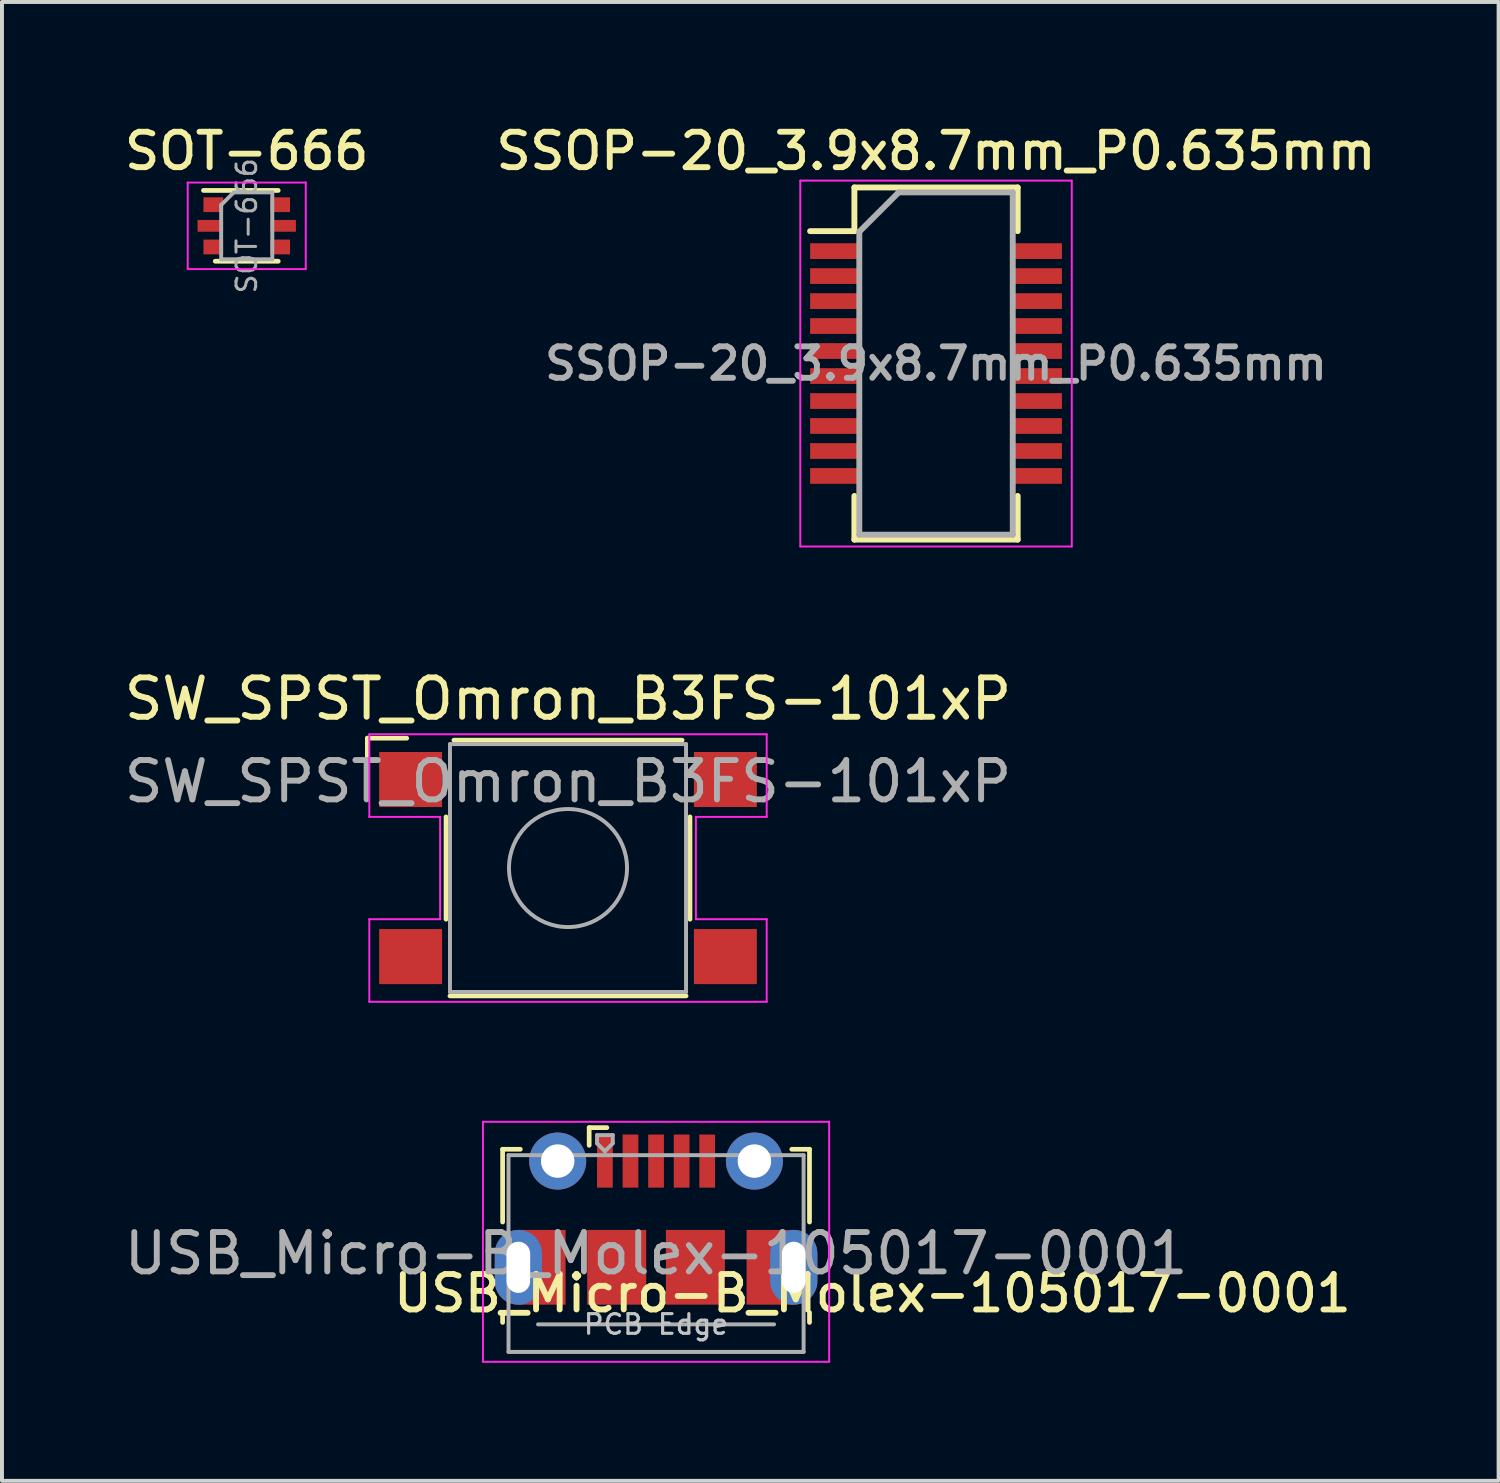
<source format=kicad_pcb>
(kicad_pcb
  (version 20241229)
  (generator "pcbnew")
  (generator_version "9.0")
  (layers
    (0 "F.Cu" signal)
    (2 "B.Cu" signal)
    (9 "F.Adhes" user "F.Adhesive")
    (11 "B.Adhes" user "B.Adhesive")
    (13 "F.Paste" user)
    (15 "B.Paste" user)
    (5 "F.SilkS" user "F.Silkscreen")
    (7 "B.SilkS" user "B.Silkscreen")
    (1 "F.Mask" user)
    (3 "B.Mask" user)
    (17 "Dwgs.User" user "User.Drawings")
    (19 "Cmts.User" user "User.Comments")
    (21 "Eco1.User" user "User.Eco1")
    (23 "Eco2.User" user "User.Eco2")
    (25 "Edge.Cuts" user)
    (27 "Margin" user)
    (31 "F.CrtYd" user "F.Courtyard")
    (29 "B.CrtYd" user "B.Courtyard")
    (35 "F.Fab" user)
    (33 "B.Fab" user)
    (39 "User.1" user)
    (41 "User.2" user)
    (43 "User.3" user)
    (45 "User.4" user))
  (footprint "USB_Micro-B_Molex-105017-0001"
    (layer "F.Cu")
    (at 13.625 27.923)
    (property "Reference" "USB_Micro-B_Molex-105017-0001" (at 5.5 1.9 0) (layer "F.SilkS") (effects (font (size 0.9 0.9) (thickness 0.15))))
    (attr smd)
    (fp_line (start -3.9 -1.762) (end -3.45 -1.762) (stroke (width 0.12) (type solid)) (layer "F.SilkS"))
    (fp_line (start -3.9 0.087) (end -3.9 -1.762) (stroke (width 0.12) (type solid)) (layer "F.SilkS"))
    (fp_line (start -3.9 2.638) (end -3.9 2.388) (stroke (width 0.12) (type solid)) (layer "F.SilkS"))
    (fp_line (start -1.7 -2.312) (end -1.7 -1.863) (stroke (width 0.12) (type solid)) (layer "F.SilkS"))
    (fp_line (start -1.7 -2.312) (end -1.25 -2.312) (stroke (width 0.12) (type solid)) (layer "F.SilkS"))
    (fp_line (start 3.9 -1.762) (end 3.45 -1.762) (stroke (width 0.12) (type solid)) (layer "F.SilkS"))
    (fp_line (start 3.9 0.087) (end 3.9 -1.762) (stroke (width 0.12) (type solid)) (layer "F.SilkS"))
    (fp_line (start 3.9 2.638) (end 3.9 2.388) (stroke (width 0.12) (type solid)) (layer "F.SilkS"))
    (fp_line (start -4.4 -2.46) (end 4.4 -2.46) (stroke (width 0.05) (type solid)) (layer "F.CrtYd"))
    (fp_line (start -4.4 3.64) (end -4.4 -2.46) (stroke (width 0.05) (type solid)) (layer "F.CrtYd"))
    (fp_line (start -4.4 3.64) (end 4.4 3.64) (stroke (width 0.05) (type solid)) (layer "F.CrtYd"))
    (fp_line (start 4.4 -2.46) (end 4.4 3.64) (stroke (width 0.05) (type solid)) (layer "F.CrtYd"))
    (fp_line (start -3.75 -1.613) (end 3.75 -1.613) (stroke (width 0.1) (type solid)) (layer "F.Fab"))
    (fp_line (start -3.75 3.388) (end -3.75 -1.613) (stroke (width 0.1) (type solid)) (layer "F.Fab"))
    (fp_line (start -3.75 3.389) (end 3.75 3.389) (stroke (width 0.1) (type solid)) (layer "F.Fab"))
    (fp_line (start -3 2.689) (end 3 2.689) (stroke (width 0.1) (type solid)) (layer "F.Fab"))
    (fp_line (start -1.5 -2.123) (end -1.5 -1.913) (stroke (width 0.1) (type solid)) (layer "F.Fab"))
    (fp_line (start -1.5 -2.123) (end -1.1 -2.123) (stroke (width 0.1) (type solid)) (layer "F.Fab"))
    (fp_line (start -1.3 -1.712) (end -1.5 -1.913) (stroke (width 0.1) (type solid)) (layer "F.Fab"))
    (fp_line (start -1.1 -2.123) (end -1.1 -1.913) (stroke (width 0.1) (type solid)) (layer "F.Fab"))
    (fp_line (start -1.1 -1.913) (end -1.3 -1.712) (stroke (width 0.1) (type solid)) (layer "F.Fab"))
    (fp_line (start 3.75 3.388) (end 3.75 -1.613) (stroke (width 0.1) (type solid)) (layer "F.Fab"))
    (fp_text user "PCB Edge" (at 0 2.688 0) (layer "Dwgs.User") (effects (font (size 0.5 0.5) (thickness 0.08))))
    (fp_text user "${REFERENCE}" (at 0 0.887 0) (layer "F.Fab") (effects (font (size 1 1) (thickness 0.15))))
    (pad "1" smd rect (at -1.3 -1.462) (size 0.4 1.35) (layers "F.Cu" "F.Mask" "F.Paste"))
    (pad "2" smd rect (at -0.65 -1.462) (size 0.4 1.35) (layers "F.Cu" "F.Mask" "F.Paste"))
    (pad "3" smd rect (at 0 -1.462) (size 0.4 1.35) (layers "F.Cu" "F.Mask" "F.Paste"))
    (pad "4" smd rect (at 0.65 -1.462) (size 0.4 1.35) (layers "F.Cu" "F.Mask" "F.Paste"))
    (pad "5" smd rect (at 1.3 -1.462) (size 0.4 1.35) (layers "F.Cu" "F.Mask" "F.Paste"))
    (pad "6" thru_hole oval (at -3.5 1.238 180) (size 1.2 1.9) (drill oval 0.6 1.3) (layers "*.Cu" "*.Mask"))
    (pad "6" smd rect (at -2.9 1.238) (size 1.2 1.9) (layers "F.Cu" "F.Mask"))
    (pad "6" thru_hole circle (at -2.5 -1.462) (size 1.45 1.45) (drill 0.85) (layers "*.Cu" "*.Mask"))
    (pad "6" smd rect (at -1 1.238) (size 1.5 1.9) (layers "F.Cu" "F.Mask" "F.Paste"))
    (pad "6" smd rect (at 1 1.238) (size 1.5 1.9) (layers "F.Cu" "F.Mask" "F.Paste"))
    (pad "6" thru_hole circle (at 2.5 -1.462) (size 1.45 1.45) (drill 0.85) (layers "*.Cu" "*.Mask"))
    (pad "6" smd rect (at 2.9 1.238) (size 1.2 1.9) (layers "F.Cu" "F.Mask"))
    (pad "6" thru_hole oval (at 3.5 1.238) (size 1.2 1.9) (drill oval 0.6 1.3) (layers "*.Cu" "*.Mask")))
  (footprint "SSOP-20_3.9x8.7mm_P0.635mm"
    (layer "F.Cu")
    (at 20.741 6.19)
    (property "Reference" "SSOP-20_3.9x8.7mm_P0.635mm" (at 0 -5.4 180) (layer "F.SilkS") (effects (font (size 0.9 0.9) (thickness 0.15))))
    (attr smd)
    (fp_line (start -2.075 -4.475) (end 2.075 -4.475) (stroke (width 0.15) (type solid)) (layer "F.SilkS"))
    (fp_line (start -2.075 -3.365) (end -3.2 -3.365) (stroke (width 0.15) (type solid)) (layer "F.SilkS"))
    (fp_line (start -2.075 -3.365) (end -2.075 -4.475) (stroke (width 0.15) (type solid)) (layer "F.SilkS"))
    (fp_line (start -2.075 4.475) (end -2.075 3.365) (stroke (width 0.15) (type solid)) (layer "F.SilkS"))
    (fp_line (start -2.075 4.475) (end 2.075 4.475) (stroke (width 0.15) (type solid)) (layer "F.SilkS"))
    (fp_line (start 2.075 -4.475) (end 2.075 -3.365) (stroke (width 0.15) (type solid)) (layer "F.SilkS"))
    (fp_line (start 2.075 4.475) (end 2.075 3.365) (stroke (width 0.15) (type solid)) (layer "F.SilkS"))
    (fp_line (start -3.45 -4.65) (end -3.45 4.65) (stroke (width 0.05) (type solid)) (layer "F.CrtYd"))
    (fp_line (start -3.45 -4.65) (end 3.45 -4.65) (stroke (width 0.05) (type solid)) (layer "F.CrtYd"))
    (fp_line (start -3.45 4.65) (end 3.45 4.65) (stroke (width 0.05) (type solid)) (layer "F.CrtYd"))
    (fp_line (start 3.45 -4.65) (end 3.45 4.65) (stroke (width 0.05) (type solid)) (layer "F.CrtYd"))
    (fp_line (start -1.95 -3.35) (end -0.95 -4.35) (stroke (width 0.15) (type solid)) (layer "F.Fab"))
    (fp_line (start -1.95 4.35) (end -1.95 -3.35) (stroke (width 0.15) (type solid)) (layer "F.Fab"))
    (fp_line (start -0.95 -4.35) (end 1.95 -4.35) (stroke (width 0.15) (type solid)) (layer "F.Fab"))
    (fp_line (start 1.95 -4.35) (end 1.95 4.35) (stroke (width 0.15) (type solid)) (layer "F.Fab"))
    (fp_line (start 1.95 4.35) (end -1.95 4.35) (stroke (width 0.15) (type solid)) (layer "F.Fab"))
    (fp_text user "${REFERENCE}" (at 0 0 180) (layer "F.Fab") (effects (font (size 0.8 0.8) (thickness 0.15))))
    (pad "1" smd rect (at -2.6 -2.857) (size 1.2 0.4) (layers "F.Cu" "F.Mask" "F.Paste"))
    (pad "2" smd rect (at -2.6 -2.223) (size 1.2 0.4) (layers "F.Cu" "F.Mask" "F.Paste"))
    (pad "3" smd rect (at -2.6 -1.587) (size 1.2 0.4) (layers "F.Cu" "F.Mask" "F.Paste"))
    (pad "4" smd rect (at -2.6 -0.953) (size 1.2 0.4) (layers "F.Cu" "F.Mask" "F.Paste"))
    (pad "5" smd rect (at -2.6 -0.318) (size 1.2 0.4) (layers "F.Cu" "F.Mask" "F.Paste"))
    (pad "6" smd rect (at -2.6 0.318) (size 1.2 0.4) (layers "F.Cu" "F.Mask" "F.Paste"))
    (pad "7" smd rect (at -2.6 0.953) (size 1.2 0.4) (layers "F.Cu" "F.Mask" "F.Paste"))
    (pad "8" smd rect (at -2.6 1.587) (size 1.2 0.4) (layers "F.Cu" "F.Mask" "F.Paste"))
    (pad "9" smd rect (at -2.6 2.223) (size 1.2 0.4) (layers "F.Cu" "F.Mask" "F.Paste"))
    (pad "10" smd rect (at -2.6 2.857) (size 1.2 0.4) (layers "F.Cu" "F.Mask" "F.Paste"))
    (pad "11" smd rect (at 2.6 2.857) (size 1.2 0.4) (layers "F.Cu" "F.Mask" "F.Paste"))
    (pad "12" smd rect (at 2.6 2.223) (size 1.2 0.4) (layers "F.Cu" "F.Mask" "F.Paste"))
    (pad "13" smd rect (at 2.6 1.587) (size 1.2 0.4) (layers "F.Cu" "F.Mask" "F.Paste"))
    (pad "14" smd rect (at 2.6 0.953) (size 1.2 0.4) (layers "F.Cu" "F.Mask" "F.Paste"))
    (pad "15" smd rect (at 2.6 0.318) (size 1.2 0.4) (layers "F.Cu" "F.Mask" "F.Paste"))
    (pad "16" smd rect (at 2.6 -0.318) (size 1.2 0.4) (layers "F.Cu" "F.Mask" "F.Paste"))
    (pad "17" smd rect (at 2.6 -0.953) (size 1.2 0.4) (layers "F.Cu" "F.Mask" "F.Paste"))
    (pad "18" smd rect (at 2.6 -1.587) (size 1.2 0.4) (layers "F.Cu" "F.Mask" "F.Paste"))
    (pad "19" smd rect (at 2.6 -2.223) (size 1.2 0.4) (layers "F.Cu" "F.Mask" "F.Paste"))
    (pad "20" smd rect (at 2.6 -2.857) (size 1.2 0.4) (layers "F.Cu" "F.Mask" "F.Paste")))
  (footprint "SW_SPST_Omron_B3FS-101xP"
    (layer "F.Cu")
    (at 11.387 19.013)
    (property "Reference" "SW_SPST_Omron_B3FS-101xP" (at 0 -4.3 0) (layer "F.SilkS") (effects (font (size 1 1) (thickness 0.15))))
    (attr smd)
    (fp_line (start -5.1 -3.3) (end -4.1 -3.3) (stroke (width 0.12) (type solid)) (layer "F.SilkS"))
    (fp_line (start -5.1 -2.3) (end -5.1 -3.3) (stroke (width 0.12) (type solid)) (layer "F.SilkS"))
    (fp_line (start -3.1 -1.3) (end -3.1 1.3) (stroke (width 0.12) (type solid)) (layer "F.SilkS"))
    (fp_line (start 2.9 -3.25) (end -2.9 -3.25) (stroke (width 0.12) (type solid)) (layer "F.SilkS"))
    (fp_line (start 3 3.25) (end -3 3.25) (stroke (width 0.12) (type solid)) (layer "F.SilkS"))
    (fp_line (start 3.1 -1.3) (end 3.1 1.3) (stroke (width 0.12) (type solid)) (layer "F.SilkS"))
    (fp_line (start -5.05 -3.4) (end 5.05 -3.4) (stroke (width 0.05) (type solid)) (layer "F.CrtYd"))
    (fp_line (start -5.05 -1.3) (end -5.05 -3.4) (stroke (width 0.05) (type solid)) (layer "F.CrtYd"))
    (fp_line (start -5.05 1.3) (end -3.25 1.3) (stroke (width 0.05) (type solid)) (layer "F.CrtYd"))
    (fp_line (start -5.05 3.4) (end -5.05 1.3) (stroke (width 0.05) (type solid)) (layer "F.CrtYd"))
    (fp_line (start -3.25 -1.3) (end -5.05 -1.3) (stroke (width 0.05) (type solid)) (layer "F.CrtYd"))
    (fp_line (start -3.25 1.3) (end -3.25 -1.3) (stroke (width 0.05) (type solid)) (layer "F.CrtYd"))
    (fp_line (start 3.25 -1.3) (end 3.25 1.3) (stroke (width 0.05) (type solid)) (layer "F.CrtYd"))
    (fp_line (start 3.25 1.3) (end 5.05 1.3) (stroke (width 0.05) (type solid)) (layer "F.CrtYd"))
    (fp_line (start 5.05 -3.4) (end 5.05 -1.3) (stroke (width 0.05) (type solid)) (layer "F.CrtYd"))
    (fp_line (start 5.05 -1.3) (end 3.25 -1.3) (stroke (width 0.05) (type solid)) (layer "F.CrtYd"))
    (fp_line (start 5.05 1.3) (end 5.05 3.4) (stroke (width 0.05) (type solid)) (layer "F.CrtYd"))
    (fp_line (start 5.05 3.4) (end -5.05 3.4) (stroke (width 0.05) (type solid)) (layer "F.CrtYd"))
    (fp_line (start -3 -3.15) (end 3 -3.15) (stroke (width 0.1) (type solid)) (layer "F.Fab"))
    (fp_line (start -3 3.15) (end -3 -3.15) (stroke (width 0.1) (type solid)) (layer "F.Fab"))
    (fp_line (start 3 -3.15) (end 3 3.15) (stroke (width 0.1) (type solid)) (layer "F.Fab"))
    (fp_line (start 3 3.15) (end -3 3.15) (stroke (width 0.1) (type solid)) (layer "F.Fab"))
    (fp_circle (center 0 0) (end 1.5 0) (stroke (width 0.1) (type solid)) (fill no) (layer "F.Fab"))
    (fp_text user "${REFERENCE}" (at 0 -2.2 0) (layer "F.Fab") (effects (font (size 1 1) (thickness 0.15))))
    (pad "1" smd rect (at -4 -2.25 180) (size 1.6 1.4) (layers "F.Cu" "F.Mask" "F.Paste"))
    (pad "2" smd rect (at 4 -2.25 180) (size 1.6 1.4) (layers "F.Cu" "F.Mask" "F.Paste"))
    (pad "3" smd rect (at -4 2.25 180) (size 1.6 1.4) (layers "F.Cu" "F.Mask" "F.Paste"))
    (pad "4" smd rect (at 4 2.25 180) (size 1.6 1.4) (layers "F.Cu" "F.Mask" "F.Paste")))
  (footprint "SOT-666"
    (layer "F.Cu")
    (at 3.221 2.69)
    (property "Reference" "SOT-666" (at 0 -1.9 180) (layer "F.SilkS") (effects (font (size 0.9 0.9) (thickness 0.15))))
    (attr smd)
    (fp_line (start -0.8 0.9) (end 0.8 0.9) (stroke (width 0.12) (type solid)) (layer "F.SilkS"))
    (fp_line (start 0.8 -0.9) (end -1.1 -0.9) (stroke (width 0.12) (type solid)) (layer "F.SilkS"))
    (fp_line (start -1.5 -1.1) (end -1.5 1.1) (stroke (width 0.05) (type solid)) (layer "F.CrtYd"))
    (fp_line (start -1.5 -1.1) (end 1.5 -1.1) (stroke (width 0.05) (type solid)) (layer "F.CrtYd"))
    (fp_line (start -1.5 1.1) (end 1.5 1.1) (stroke (width 0.05) (type solid)) (layer "F.CrtYd"))
    (fp_line (start 1.5 1.1) (end 1.5 -1.1) (stroke (width 0.05) (type solid)) (layer "F.CrtYd"))
    (fp_line (start -0.65 -0.53) (end -0.65 0.85) (stroke (width 0.1) (type solid)) (layer "F.Fab"))
    (fp_line (start -0.65 -0.53) (end -0.33 -0.85) (stroke (width 0.1) (type solid)) (layer "F.Fab"))
    (fp_line (start 0.65 -0.85) (end -0.33 -0.85) (stroke (width 0.1) (type solid)) (layer "F.Fab"))
    (fp_line (start 0.65 -0.85) (end 0.65 0.85) (stroke (width 0.1) (type solid)) (layer "F.Fab"))
    (fp_line (start 0.65 0.85) (end -0.65 0.85) (stroke (width 0.1) (type solid)) (layer "F.Fab"))
    (fp_text user "${REFERENCE}" (at 0 0 270) (layer "F.Fab") (effects (font (size 0.5 0.5) (thickness 0.075))))
    (pad "1" smd rect (at -0.85 -0.537) (size 0.5 0.375) (layers "F.Cu" "F.Mask" "F.Paste"))
    (pad "2" smd rect (at -0.925 0) (size 0.65 0.3) (layers "F.Cu" "F.Mask" "F.Paste"))
    (pad "3" smd rect (at -0.85 0.537) (size 0.5 0.375) (layers "F.Cu" "F.Mask" "F.Paste"))
    (pad "4" smd rect (at 0.85 0.537) (size 0.5 0.375) (layers "F.Cu" "F.Mask" "F.Paste"))
    (pad "5" smd rect (at 0.925 0) (size 0.65 0.3) (layers "F.Cu" "F.Mask" "F.Paste"))
    (pad "6" smd rect (at 0.85 -0.537) (size 0.5 0.375) (layers "F.Cu" "F.Mask" "F.Paste")))
  (gr_rect
    (start -3 -3)
    (end 35.04 34.588)
    (stroke (width 0.1) (type default))
    (fill no)
    (layer "Edge.Cuts")))
</source>
